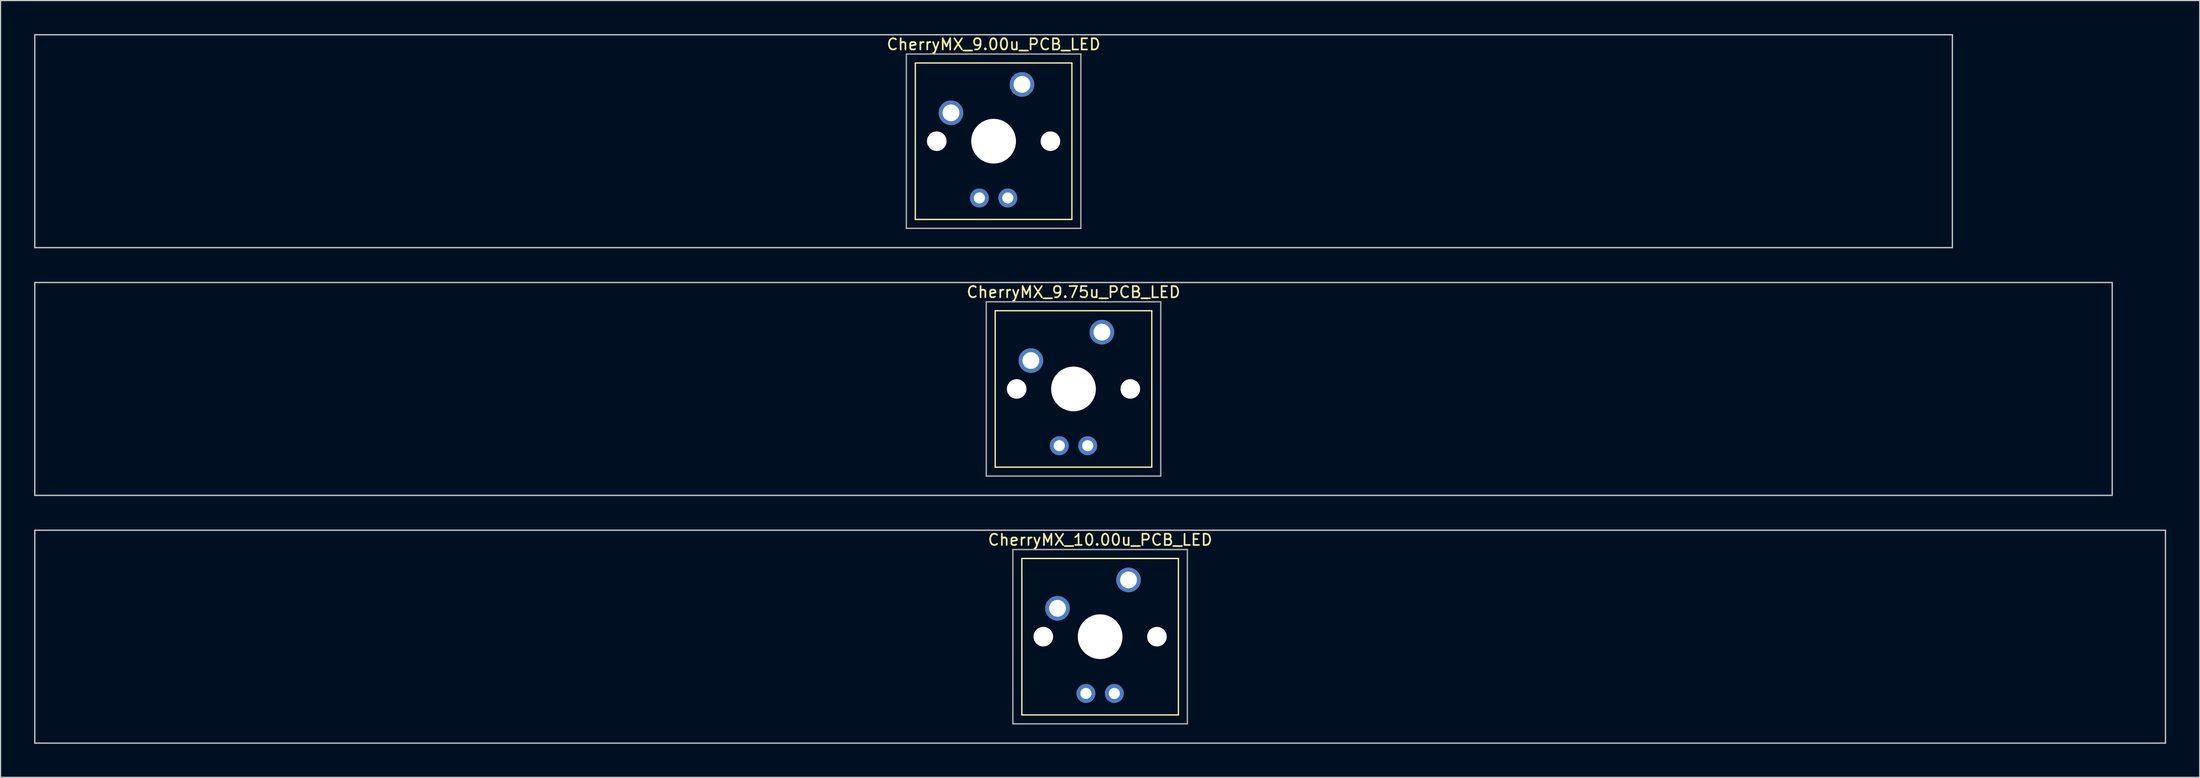
<source format=kicad_pcb>
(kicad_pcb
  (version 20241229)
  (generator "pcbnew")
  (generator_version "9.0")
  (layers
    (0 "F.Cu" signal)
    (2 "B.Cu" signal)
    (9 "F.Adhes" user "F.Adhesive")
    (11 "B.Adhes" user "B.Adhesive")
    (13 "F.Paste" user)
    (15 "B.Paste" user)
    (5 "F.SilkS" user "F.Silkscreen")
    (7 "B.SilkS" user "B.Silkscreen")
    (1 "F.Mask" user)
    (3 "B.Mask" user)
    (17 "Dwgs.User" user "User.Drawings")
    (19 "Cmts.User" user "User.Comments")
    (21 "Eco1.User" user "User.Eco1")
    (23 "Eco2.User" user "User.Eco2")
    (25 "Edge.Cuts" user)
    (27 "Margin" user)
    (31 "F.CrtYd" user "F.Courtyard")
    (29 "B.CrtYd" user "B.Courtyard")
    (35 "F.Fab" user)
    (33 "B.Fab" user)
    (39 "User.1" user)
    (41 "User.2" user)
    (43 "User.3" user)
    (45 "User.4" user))
  (footprint "CherryMX_9.75u_PCB_LED"
    (layer "F.Cu")
    (at 92.929 31.755)
    (property "Reference" "CherryMX_9.75u_PCB_LED" (at 0 -8.662 0) (layer "F.SilkS") (effects (font (size 1 1) (thickness 0.15))))
    (attr through_hole)
    (fp_line (start -7 -7) (end -7 7) (stroke (width 0.12) (type solid)) (layer "F.SilkS"))
    (fp_line (start -7 -7) (end 7 -7) (stroke (width 0.12) (type solid)) (layer "F.SilkS"))
    (fp_line (start 7 -7) (end 7 7) (stroke (width 0.12) (type solid)) (layer "F.SilkS"))
    (fp_line (start 7 7) (end -7 7) (stroke (width 0.12) (type solid)) (layer "F.SilkS"))
    (fp_line (start -92.869 -9.525) (end 92.869 -9.525) (stroke (width 0.12) (type solid)) (layer "Dwgs.User"))
    (fp_line (start -92.869 9.525) (end -92.869 -9.525) (stroke (width 0.12) (type solid)) (layer "Dwgs.User"))
    (fp_line (start 92.869 -9.525) (end 92.869 9.525) (stroke (width 0.12) (type solid)) (layer "Dwgs.User"))
    (fp_line (start 92.869 9.525) (end -92.869 9.525) (stroke (width 0.12) (type solid)) (layer "Dwgs.User"))
    (fp_line (start -7.8 -7.8) (end -7.8 7.8) (stroke (width 0.12) (type solid)) (layer "F.Fab"))
    (fp_line (start -7.8 -7.8) (end 7.8 -7.8) (stroke (width 0.12) (type solid)) (layer "F.Fab"))
    (fp_line (start -7.8 7.8) (end 7.8 7.8) (stroke (width 0.12) (type solid)) (layer "F.Fab"))
    (fp_line (start 7.8 -7.8) (end 7.8 7.8) (stroke (width 0.12) (type solid)) (layer "F.Fab"))
    (pad "" np_thru_hole circle (at -5.08 0) (size 1.75 1.75) (drill 1.75) (layers "*.Cu" "*.Mask"))
    (pad "" np_thru_hole circle (at 0 0) (size 4 4) (drill 4) (layers "*.Cu" "*.Mask"))
    (pad "" np_thru_hole circle (at 5.08 0) (size 1.75 1.75) (drill 1.75) (layers "*.Cu" "*.Mask"))
    (pad "1" thru_hole circle (at -3.81 -2.54) (size 2.2 2.2) (drill 1.5) (layers "*.Cu" "*.Mask"))
    (pad "2" thru_hole circle (at 2.54 -5.08) (size 2.2 2.2) (drill 1.5) (layers "*.Cu" "*.Mask"))
    (pad "3" thru_hole circle (at -1.27 5.08) (size 1.691 1.691) (drill 0.991) (layers "*.Cu" "*.Mask"))
    (pad "4" thru_hole circle (at 1.27 5.08) (size 1.691 1.691) (drill 0.991) (layers "*.Cu" "*.Mask")))
  (footprint "CherryMX_9.00u_PCB_LED"
    (layer "F.Cu")
    (at 85.785 9.585)
    (property "Reference" "CherryMX_9.00u_PCB_LED" (at 0 -8.662 0) (layer "F.SilkS") (effects (font (size 1 1) (thickness 0.15))))
    (attr through_hole)
    (fp_line (start -7 -7) (end -7 7) (stroke (width 0.12) (type solid)) (layer "F.SilkS"))
    (fp_line (start -7 -7) (end 7 -7) (stroke (width 0.12) (type solid)) (layer "F.SilkS"))
    (fp_line (start 7 -7) (end 7 7) (stroke (width 0.12) (type solid)) (layer "F.SilkS"))
    (fp_line (start 7 7) (end -7 7) (stroke (width 0.12) (type solid)) (layer "F.SilkS"))
    (fp_line (start -85.725 -9.525) (end 85.725 -9.525) (stroke (width 0.12) (type solid)) (layer "Dwgs.User"))
    (fp_line (start -85.725 9.525) (end -85.725 -9.525) (stroke (width 0.12) (type solid)) (layer "Dwgs.User"))
    (fp_line (start 85.725 -9.525) (end 85.725 9.525) (stroke (width 0.12) (type solid)) (layer "Dwgs.User"))
    (fp_line (start 85.725 9.525) (end -85.725 9.525) (stroke (width 0.12) (type solid)) (layer "Dwgs.User"))
    (fp_line (start -7.8 -7.8) (end -7.8 7.8) (stroke (width 0.12) (type solid)) (layer "F.Fab"))
    (fp_line (start -7.8 -7.8) (end 7.8 -7.8) (stroke (width 0.12) (type solid)) (layer "F.Fab"))
    (fp_line (start -7.8 7.8) (end 7.8 7.8) (stroke (width 0.12) (type solid)) (layer "F.Fab"))
    (fp_line (start 7.8 -7.8) (end 7.8 7.8) (stroke (width 0.12) (type solid)) (layer "F.Fab"))
    (pad "" np_thru_hole circle (at -5.08 0) (size 1.75 1.75) (drill 1.75) (layers "*.Cu" "*.Mask"))
    (pad "" np_thru_hole circle (at 0 0) (size 4 4) (drill 4) (layers "*.Cu" "*.Mask"))
    (pad "" np_thru_hole circle (at 5.08 0) (size 1.75 1.75) (drill 1.75) (layers "*.Cu" "*.Mask"))
    (pad "1" thru_hole circle (at -3.81 -2.54) (size 2.2 2.2) (drill 1.5) (layers "*.Cu" "*.Mask"))
    (pad "2" thru_hole circle (at 2.54 -5.08) (size 2.2 2.2) (drill 1.5) (layers "*.Cu" "*.Mask"))
    (pad "3" thru_hole circle (at -1.27 5.08) (size 1.691 1.691) (drill 0.991) (layers "*.Cu" "*.Mask"))
    (pad "4" thru_hole circle (at 1.27 5.08) (size 1.691 1.691) (drill 0.991) (layers "*.Cu" "*.Mask")))
  (footprint "CherryMX_10.00u_PCB_LED"
    (layer "F.Cu")
    (at 95.31 53.925)
    (property "Reference" "CherryMX_10.00u_PCB_LED" (at 0 -8.662 0) (layer "F.SilkS") (effects (font (size 1 1) (thickness 0.15))))
    (attr through_hole)
    (fp_line (start -7 -7) (end -7 7) (stroke (width 0.12) (type solid)) (layer "F.SilkS"))
    (fp_line (start -7 -7) (end 7 -7) (stroke (width 0.12) (type solid)) (layer "F.SilkS"))
    (fp_line (start 7 -7) (end 7 7) (stroke (width 0.12) (type solid)) (layer "F.SilkS"))
    (fp_line (start 7 7) (end -7 7) (stroke (width 0.12) (type solid)) (layer "F.SilkS"))
    (fp_line (start -95.25 -9.525) (end 95.25 -9.525) (stroke (width 0.12) (type solid)) (layer "Dwgs.User"))
    (fp_line (start -95.25 9.525) (end -95.25 -9.525) (stroke (width 0.12) (type solid)) (layer "Dwgs.User"))
    (fp_line (start 95.25 -9.525) (end 95.25 9.525) (stroke (width 0.12) (type solid)) (layer "Dwgs.User"))
    (fp_line (start 95.25 9.525) (end -95.25 9.525) (stroke (width 0.12) (type solid)) (layer "Dwgs.User"))
    (fp_line (start -7.8 -7.8) (end -7.8 7.8) (stroke (width 0.12) (type solid)) (layer "F.Fab"))
    (fp_line (start -7.8 -7.8) (end 7.8 -7.8) (stroke (width 0.12) (type solid)) (layer "F.Fab"))
    (fp_line (start -7.8 7.8) (end 7.8 7.8) (stroke (width 0.12) (type solid)) (layer "F.Fab"))
    (fp_line (start 7.8 -7.8) (end 7.8 7.8) (stroke (width 0.12) (type solid)) (layer "F.Fab"))
    (pad "" np_thru_hole circle (at -5.08 0) (size 1.75 1.75) (drill 1.75) (layers "*.Cu" "*.Mask"))
    (pad "" np_thru_hole circle (at 0 0) (size 4 4) (drill 4) (layers "*.Cu" "*.Mask"))
    (pad "" np_thru_hole circle (at 5.08 0) (size 1.75 1.75) (drill 1.75) (layers "*.Cu" "*.Mask"))
    (pad "1" thru_hole circle (at -3.81 -2.54) (size 2.2 2.2) (drill 1.5) (layers "*.Cu" "*.Mask"))
    (pad "2" thru_hole circle (at 2.54 -5.08) (size 2.2 2.2) (drill 1.5) (layers "*.Cu" "*.Mask"))
    (pad "3" thru_hole circle (at -1.27 5.08) (size 1.691 1.691) (drill 0.991) (layers "*.Cu" "*.Mask"))
    (pad "4" thru_hole circle (at 1.27 5.08) (size 1.691 1.691) (drill 0.991) (layers "*.Cu" "*.Mask")))
  (gr_rect
    (start -3 -3)
    (end 193.62 66.51)
    (stroke (width 0.1) (type default))
    (fill no)
    (layer "Edge.Cuts")))
</source>
